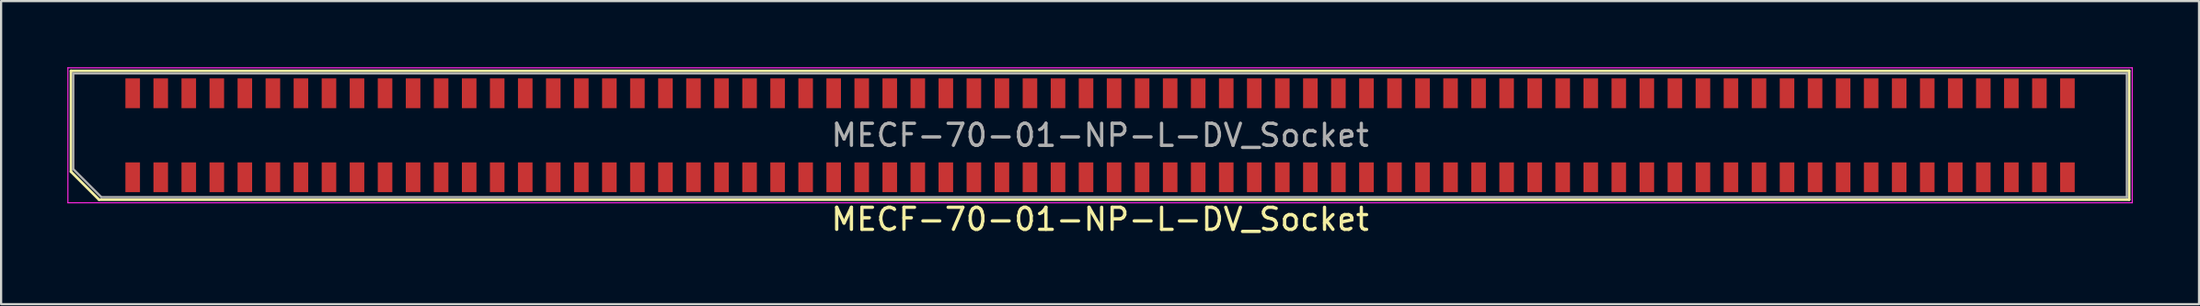
<source format=kicad_pcb>
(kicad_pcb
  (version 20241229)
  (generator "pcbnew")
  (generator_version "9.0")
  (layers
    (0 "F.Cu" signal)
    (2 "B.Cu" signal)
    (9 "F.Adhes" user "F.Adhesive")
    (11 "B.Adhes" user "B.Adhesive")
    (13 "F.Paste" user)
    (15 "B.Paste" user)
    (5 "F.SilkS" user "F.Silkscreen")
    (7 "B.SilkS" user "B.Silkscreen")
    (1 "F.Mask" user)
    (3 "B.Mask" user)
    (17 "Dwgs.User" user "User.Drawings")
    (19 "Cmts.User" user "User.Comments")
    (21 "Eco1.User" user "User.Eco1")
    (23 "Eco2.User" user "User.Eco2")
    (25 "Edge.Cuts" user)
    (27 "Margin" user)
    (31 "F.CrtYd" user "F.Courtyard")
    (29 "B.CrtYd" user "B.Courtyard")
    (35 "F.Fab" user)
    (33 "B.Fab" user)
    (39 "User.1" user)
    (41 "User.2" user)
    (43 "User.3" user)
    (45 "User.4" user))
  (footprint "MECF-70-01-NP-L-DV_Socket"
    (layer "F.Cu")
    (at 46.775 3.085)
    (property "Reference" "MECF-70-01-NP-L-DV_Socket" (at 0 3.81 0) (layer "F.SilkS") (effects (font (size 1 1) (thickness 0.15))))
    (attr smd)
    (fp_line (start -46.61 -2.92) (end 46.61 -2.92) (stroke (width 0.12) (type solid)) (layer "F.SilkS"))
    (fp_line (start -46.61 1.65) (end -46.61 -2.92) (stroke (width 0.12) (type solid)) (layer "F.SilkS"))
    (fp_line (start -45.34 2.92) (end -46.61 1.65) (stroke (width 0.12) (type solid)) (layer "F.SilkS"))
    (fp_line (start -45.34 2.92) (end 46.61 2.92) (stroke (width 0.12) (type solid)) (layer "F.SilkS"))
    (fp_line (start 46.61 2.92) (end 46.61 -2.92) (stroke (width 0.12) (type solid)) (layer "F.SilkS"))
    (fp_line (start -46.75 -3.06) (end -46.75 3.06) (stroke (width 0.05) (type solid)) (layer "F.CrtYd"))
    (fp_line (start -46.75 3.06) (end 46.75 3.06) (stroke (width 0.05) (type solid)) (layer "F.CrtYd"))
    (fp_line (start 46.75 -3.06) (end -46.75 -3.06) (stroke (width 0.05) (type solid)) (layer "F.CrtYd"))
    (fp_line (start 46.75 3.06) (end 46.75 -3.06) (stroke (width 0.05) (type solid)) (layer "F.CrtYd"))
    (fp_line (start -46.505 -2.805) (end 46.505 -2.805) (stroke (width 0.1) (type solid)) (layer "F.Fab"))
    (fp_line (start -46.505 1.535) (end -46.505 -2.805) (stroke (width 0.1) (type solid)) (layer "F.Fab"))
    (fp_line (start -46.505 1.535) (end -45.235 2.805) (stroke (width 0.1) (type solid)) (layer "F.Fab"))
    (fp_line (start -45.235 2.805) (end 46.505 2.805) (stroke (width 0.1) (type solid)) (layer "F.Fab"))
    (fp_line (start 46.505 2.805) (end 46.505 -2.805) (stroke (width 0.1) (type solid)) (layer "F.Fab"))
    (fp_text user "${REFERENCE}" (at 0 0 0) (layer "F.Fab") (effects (font (size 1 1) (thickness 0.15))))
    (pad "" np_thru_hole circle (at -45.595 0) (size 0.001 0.001) (drill 1.45) (layers "*.Cu" "*.Mask"))
    (pad "" np_thru_hole circle (at 45.595 1) (size 0.001 0.001) (drill 1.45) (layers "*.Cu" "*.Mask"))
    (pad "1" smd rect (at -43.815 1.905) (size 0.66 1.35) (layers "F.Cu" "F.Mask" "F.Paste"))
    (pad "2" smd rect (at -43.815 -1.905) (size 0.66 1.35) (layers "F.Cu" "F.Mask" "F.Paste"))
    (pad "3" smd rect (at -42.545 1.905) (size 0.66 1.35) (layers "F.Cu" "F.Mask" "F.Paste"))
    (pad "4" smd rect (at -42.545 -1.905) (size 0.66 1.35) (layers "F.Cu" "F.Mask" "F.Paste"))
    (pad "5" smd rect (at -41.275 1.905) (size 0.66 1.35) (layers "F.Cu" "F.Mask" "F.Paste"))
    (pad "6" smd rect (at -41.275 -1.905) (size 0.66 1.35) (layers "F.Cu" "F.Mask" "F.Paste"))
    (pad "7" smd rect (at -40.005 1.905) (size 0.66 1.35) (layers "F.Cu" "F.Mask" "F.Paste"))
    (pad "8" smd rect (at -40.005 -1.905) (size 0.66 1.35) (layers "F.Cu" "F.Mask" "F.Paste"))
    (pad "9" smd rect (at -38.735 1.905) (size 0.66 1.35) (layers "F.Cu" "F.Mask" "F.Paste"))
    (pad "10" smd rect (at -38.735 -1.905) (size 0.66 1.35) (layers "F.Cu" "F.Mask" "F.Paste"))
    (pad "11" smd rect (at -37.465 1.905) (size 0.66 1.35) (layers "F.Cu" "F.Mask" "F.Paste"))
    (pad "12" smd rect (at -37.465 -1.905) (size 0.66 1.35) (layers "F.Cu" "F.Mask" "F.Paste"))
    (pad "13" smd rect (at -36.195 1.905) (size 0.66 1.35) (layers "F.Cu" "F.Mask" "F.Paste"))
    (pad "14" smd rect (at -36.195 -1.905) (size 0.66 1.35) (layers "F.Cu" "F.Mask" "F.Paste"))
    (pad "15" smd rect (at -34.925 1.905) (size 0.66 1.35) (layers "F.Cu" "F.Mask" "F.Paste"))
    (pad "16" smd rect (at -34.925 -1.905) (size 0.66 1.35) (layers "F.Cu" "F.Mask" "F.Paste"))
    (pad "17" smd rect (at -33.655 1.905) (size 0.66 1.35) (layers "F.Cu" "F.Mask" "F.Paste"))
    (pad "18" smd rect (at -33.655 -1.905) (size 0.66 1.35) (layers "F.Cu" "F.Mask" "F.Paste"))
    (pad "19" smd rect (at -32.385 1.905) (size 0.66 1.35) (layers "F.Cu" "F.Mask" "F.Paste"))
    (pad "20" smd rect (at -32.385 -1.905) (size 0.66 1.35) (layers "F.Cu" "F.Mask" "F.Paste"))
    (pad "21" smd rect (at -31.115 1.905) (size 0.66 1.35) (layers "F.Cu" "F.Mask" "F.Paste"))
    (pad "22" smd rect (at -31.115 -1.905) (size 0.66 1.35) (layers "F.Cu" "F.Mask" "F.Paste"))
    (pad "23" smd rect (at -29.845 1.905) (size 0.66 1.35) (layers "F.Cu" "F.Mask" "F.Paste"))
    (pad "24" smd rect (at -29.845 -1.905) (size 0.66 1.35) (layers "F.Cu" "F.Mask" "F.Paste"))
    (pad "25" smd rect (at -28.575 1.905) (size 0.66 1.35) (layers "F.Cu" "F.Mask" "F.Paste"))
    (pad "26" smd rect (at -28.575 -1.905) (size 0.66 1.35) (layers "F.Cu" "F.Mask" "F.Paste"))
    (pad "27" smd rect (at -27.305 1.905) (size 0.66 1.35) (layers "F.Cu" "F.Mask" "F.Paste"))
    (pad "28" smd rect (at -27.305 -1.905) (size 0.66 1.35) (layers "F.Cu" "F.Mask" "F.Paste"))
    (pad "29" smd rect (at -26.035 1.905) (size 0.66 1.35) (layers "F.Cu" "F.Mask" "F.Paste"))
    (pad "30" smd rect (at -26.035 -1.905) (size 0.66 1.35) (layers "F.Cu" "F.Mask" "F.Paste"))
    (pad "31" smd rect (at -24.765 1.905) (size 0.66 1.35) (layers "F.Cu" "F.Mask" "F.Paste"))
    (pad "32" smd rect (at -24.765 -1.905) (size 0.66 1.35) (layers "F.Cu" "F.Mask" "F.Paste"))
    (pad "33" smd rect (at -23.495 1.905) (size 0.66 1.35) (layers "F.Cu" "F.Mask" "F.Paste"))
    (pad "34" smd rect (at -23.495 -1.905) (size 0.66 1.35) (layers "F.Cu" "F.Mask" "F.Paste"))
    (pad "35" smd rect (at -22.225 1.905) (size 0.66 1.35) (layers "F.Cu" "F.Mask" "F.Paste"))
    (pad "36" smd rect (at -22.225 -1.905) (size 0.66 1.35) (layers "F.Cu" "F.Mask" "F.Paste"))
    (pad "37" smd rect (at -20.955 1.905) (size 0.66 1.35) (layers "F.Cu" "F.Mask" "F.Paste"))
    (pad "38" smd rect (at -20.955 -1.905) (size 0.66 1.35) (layers "F.Cu" "F.Mask" "F.Paste"))
    (pad "39" smd rect (at -19.685 1.905) (size 0.66 1.35) (layers "F.Cu" "F.Mask" "F.Paste"))
    (pad "40" smd rect (at -19.685 -1.905) (size 0.66 1.35) (layers "F.Cu" "F.Mask" "F.Paste"))
    (pad "41" smd rect (at -18.415 1.905) (size 0.66 1.35) (layers "F.Cu" "F.Mask" "F.Paste"))
    (pad "42" smd rect (at -18.415 -1.905) (size 0.66 1.35) (layers "F.Cu" "F.Mask" "F.Paste"))
    (pad "43" smd rect (at -17.145 1.905) (size 0.66 1.35) (layers "F.Cu" "F.Mask" "F.Paste"))
    (pad "44" smd rect (at -17.145 -1.905) (size 0.66 1.35) (layers "F.Cu" "F.Mask" "F.Paste"))
    (pad "45" smd rect (at -15.875 1.905) (size 0.66 1.35) (layers "F.Cu" "F.Mask" "F.Paste"))
    (pad "46" smd rect (at -15.875 -1.905) (size 0.66 1.35) (layers "F.Cu" "F.Mask" "F.Paste"))
    (pad "47" smd rect (at -14.605 1.905) (size 0.66 1.35) (layers "F.Cu" "F.Mask" "F.Paste"))
    (pad "48" smd rect (at -14.605 -1.905) (size 0.66 1.35) (layers "F.Cu" "F.Mask" "F.Paste"))
    (pad "49" smd rect (at -13.335 1.905) (size 0.66 1.35) (layers "F.Cu" "F.Mask" "F.Paste"))
    (pad "50" smd rect (at -13.335 -1.905) (size 0.66 1.35) (layers "F.Cu" "F.Mask" "F.Paste"))
    (pad "51" smd rect (at -12.065 1.905) (size 0.66 1.35) (layers "F.Cu" "F.Mask" "F.Paste"))
    (pad "52" smd rect (at -12.065 -1.905) (size 0.66 1.35) (layers "F.Cu" "F.Mask" "F.Paste"))
    (pad "53" smd rect (at -10.795 1.905) (size 0.66 1.35) (layers "F.Cu" "F.Mask" "F.Paste"))
    (pad "54" smd rect (at -10.795 -1.905) (size 0.66 1.35) (layers "F.Cu" "F.Mask" "F.Paste"))
    (pad "55" smd rect (at -9.525 1.905) (size 0.66 1.35) (layers "F.Cu" "F.Mask" "F.Paste"))
    (pad "56" smd rect (at -9.525 -1.905) (size 0.66 1.35) (layers "F.Cu" "F.Mask" "F.Paste"))
    (pad "57" smd rect (at -8.255 1.905) (size 0.66 1.35) (layers "F.Cu" "F.Mask" "F.Paste"))
    (pad "58" smd rect (at -8.255 -1.905) (size 0.66 1.35) (layers "F.Cu" "F.Mask" "F.Paste"))
    (pad "59" smd rect (at -6.985 1.905) (size 0.66 1.35) (layers "F.Cu" "F.Mask" "F.Paste"))
    (pad "60" smd rect (at -6.985 -1.905) (size 0.66 1.35) (layers "F.Cu" "F.Mask" "F.Paste"))
    (pad "61" smd rect (at -5.715 1.905) (size 0.66 1.35) (layers "F.Cu" "F.Mask" "F.Paste"))
    (pad "62" smd rect (at -5.715 -1.905) (size 0.66 1.35) (layers "F.Cu" "F.Mask" "F.Paste"))
    (pad "63" smd rect (at -4.445 1.905) (size 0.66 1.35) (layers "F.Cu" "F.Mask" "F.Paste"))
    (pad "64" smd rect (at -4.445 -1.905) (size 0.66 1.35) (layers "F.Cu" "F.Mask" "F.Paste"))
    (pad "65" smd rect (at -3.175 1.905) (size 0.66 1.35) (layers "F.Cu" "F.Mask" "F.Paste"))
    (pad "66" smd rect (at -3.175 -1.905) (size 0.66 1.35) (layers "F.Cu" "F.Mask" "F.Paste"))
    (pad "67" smd rect (at -1.905 1.905) (size 0.66 1.35) (layers "F.Cu" "F.Mask" "F.Paste"))
    (pad "68" smd rect (at -1.905 -1.905) (size 0.66 1.35) (layers "F.Cu" "F.Mask" "F.Paste"))
    (pad "69" smd rect (at -0.635 1.905) (size 0.66 1.35) (layers "F.Cu" "F.Mask" "F.Paste"))
    (pad "70" smd rect (at -0.635 -1.905) (size 0.66 1.35) (layers "F.Cu" "F.Mask" "F.Paste"))
    (pad "71" smd rect (at 0.635 1.905) (size 0.66 1.35) (layers "F.Cu" "F.Mask" "F.Paste"))
    (pad "72" smd rect (at 0.635 -1.905) (size 0.66 1.35) (layers "F.Cu" "F.Mask" "F.Paste"))
    (pad "73" smd rect (at 1.905 1.905) (size 0.66 1.35) (layers "F.Cu" "F.Mask" "F.Paste"))
    (pad "74" smd rect (at 1.905 -1.905) (size 0.66 1.35) (layers "F.Cu" "F.Mask" "F.Paste"))
    (pad "75" smd rect (at 3.175 1.905) (size 0.66 1.35) (layers "F.Cu" "F.Mask" "F.Paste"))
    (pad "76" smd rect (at 3.175 -1.905) (size 0.66 1.35) (layers "F.Cu" "F.Mask" "F.Paste"))
    (pad "77" smd rect (at 4.445 1.905) (size 0.66 1.35) (layers "F.Cu" "F.Mask" "F.Paste"))
    (pad "78" smd rect (at 4.445 -1.905) (size 0.66 1.35) (layers "F.Cu" "F.Mask" "F.Paste"))
    (pad "79" smd rect (at 5.715 1.905) (size 0.66 1.35) (layers "F.Cu" "F.Mask" "F.Paste"))
    (pad "80" smd rect (at 5.715 -1.905) (size 0.66 1.35) (layers "F.Cu" "F.Mask" "F.Paste"))
    (pad "81" smd rect (at 6.985 1.905) (size 0.66 1.35) (layers "F.Cu" "F.Mask" "F.Paste"))
    (pad "82" smd rect (at 6.985 -1.905) (size 0.66 1.35) (layers "F.Cu" "F.Mask" "F.Paste"))
    (pad "83" smd rect (at 8.255 1.905) (size 0.66 1.35) (layers "F.Cu" "F.Mask" "F.Paste"))
    (pad "84" smd rect (at 8.255 -1.905) (size 0.66 1.35) (layers "F.Cu" "F.Mask" "F.Paste"))
    (pad "85" smd rect (at 9.525 1.905) (size 0.66 1.35) (layers "F.Cu" "F.Mask" "F.Paste"))
    (pad "86" smd rect (at 9.525 -1.905) (size 0.66 1.35) (layers "F.Cu" "F.Mask" "F.Paste"))
    (pad "87" smd rect (at 10.795 1.905) (size 0.66 1.35) (layers "F.Cu" "F.Mask" "F.Paste"))
    (pad "88" smd rect (at 10.795 -1.905) (size 0.66 1.35) (layers "F.Cu" "F.Mask" "F.Paste"))
    (pad "89" smd rect (at 12.065 1.905) (size 0.66 1.35) (layers "F.Cu" "F.Mask" "F.Paste"))
    (pad "90" smd rect (at 12.065 -1.905) (size 0.66 1.35) (layers "F.Cu" "F.Mask" "F.Paste"))
    (pad "91" smd rect (at 13.335 1.905) (size 0.66 1.35) (layers "F.Cu" "F.Mask" "F.Paste"))
    (pad "92" smd rect (at 13.335 -1.905) (size 0.66 1.35) (layers "F.Cu" "F.Mask" "F.Paste"))
    (pad "93" smd rect (at 14.605 1.905) (size 0.66 1.35) (layers "F.Cu" "F.Mask" "F.Paste"))
    (pad "94" smd rect (at 14.605 -1.905) (size 0.66 1.35) (layers "F.Cu" "F.Mask" "F.Paste"))
    (pad "95" smd rect (at 15.875 1.905) (size 0.66 1.35) (layers "F.Cu" "F.Mask" "F.Paste"))
    (pad "96" smd rect (at 15.875 -1.905) (size 0.66 1.35) (layers "F.Cu" "F.Mask" "F.Paste"))
    (pad "97" smd rect (at 17.145 1.905) (size 0.66 1.35) (layers "F.Cu" "F.Mask" "F.Paste"))
    (pad "98" smd rect (at 17.145 -1.905) (size 0.66 1.35) (layers "F.Cu" "F.Mask" "F.Paste"))
    (pad "99" smd rect (at 18.415 1.905) (size 0.66 1.35) (layers "F.Cu" "F.Mask" "F.Paste"))
    (pad "100" smd rect (at 18.415 -1.905) (size 0.66 1.35) (layers "F.Cu" "F.Mask" "F.Paste"))
    (pad "101" smd rect (at 19.685 1.905) (size 0.66 1.35) (layers "F.Cu" "F.Mask" "F.Paste"))
    (pad "102" smd rect (at 19.685 -1.905) (size 0.66 1.35) (layers "F.Cu" "F.Mask" "F.Paste"))
    (pad "103" smd rect (at 20.955 1.905) (size 0.66 1.35) (layers "F.Cu" "F.Mask" "F.Paste"))
    (pad "104" smd rect (at 20.955 -1.905) (size 0.66 1.35) (layers "F.Cu" "F.Mask" "F.Paste"))
    (pad "105" smd rect (at 22.225 1.905) (size 0.66 1.35) (layers "F.Cu" "F.Mask" "F.Paste"))
    (pad "106" smd rect (at 22.225 -1.905) (size 0.66 1.35) (layers "F.Cu" "F.Mask" "F.Paste"))
    (pad "107" smd rect (at 23.495 1.905) (size 0.66 1.35) (layers "F.Cu" "F.Mask" "F.Paste"))
    (pad "108" smd rect (at 23.495 -1.905) (size 0.66 1.35) (layers "F.Cu" "F.Mask" "F.Paste"))
    (pad "109" smd rect (at 24.765 1.905) (size 0.66 1.35) (layers "F.Cu" "F.Mask" "F.Paste"))
    (pad "110" smd rect (at 24.765 -1.905) (size 0.66 1.35) (layers "F.Cu" "F.Mask" "F.Paste"))
    (pad "111" smd rect (at 26.035 1.905) (size 0.66 1.35) (layers "F.Cu" "F.Mask" "F.Paste"))
    (pad "112" smd rect (at 26.035 -1.905) (size 0.66 1.35) (layers "F.Cu" "F.Mask" "F.Paste"))
    (pad "113" smd rect (at 27.305 1.905) (size 0.66 1.35) (layers "F.Cu" "F.Mask" "F.Paste"))
    (pad "114" smd rect (at 27.305 -1.905) (size 0.66 1.35) (layers "F.Cu" "F.Mask" "F.Paste"))
    (pad "115" smd rect (at 28.575 1.905) (size 0.66 1.35) (layers "F.Cu" "F.Mask" "F.Paste"))
    (pad "116" smd rect (at 28.575 -1.905) (size 0.66 1.35) (layers "F.Cu" "F.Mask" "F.Paste"))
    (pad "117" smd rect (at 29.845 1.905) (size 0.66 1.35) (layers "F.Cu" "F.Mask" "F.Paste"))
    (pad "118" smd rect (at 29.845 -1.905) (size 0.66 1.35) (layers "F.Cu" "F.Mask" "F.Paste"))
    (pad "119" smd rect (at 31.115 1.905) (size 0.66 1.35) (layers "F.Cu" "F.Mask" "F.Paste"))
    (pad "120" smd rect (at 31.115 -1.905) (size 0.66 1.35) (layers "F.Cu" "F.Mask" "F.Paste"))
    (pad "121" smd rect (at 32.385 1.905) (size 0.66 1.35) (layers "F.Cu" "F.Mask" "F.Paste"))
    (pad "122" smd rect (at 32.385 -1.905) (size 0.66 1.35) (layers "F.Cu" "F.Mask" "F.Paste"))
    (pad "123" smd rect (at 33.655 1.905) (size 0.66 1.35) (layers "F.Cu" "F.Mask" "F.Paste"))
    (pad "124" smd rect (at 33.655 -1.905) (size 0.66 1.35) (layers "F.Cu" "F.Mask" "F.Paste"))
    (pad "125" smd rect (at 34.925 1.905) (size 0.66 1.35) (layers "F.Cu" "F.Mask" "F.Paste"))
    (pad "126" smd rect (at 34.925 -1.905) (size 0.66 1.35) (layers "F.Cu" "F.Mask" "F.Paste"))
    (pad "127" smd rect (at 36.195 1.905) (size 0.66 1.35) (layers "F.Cu" "F.Mask" "F.Paste"))
    (pad "128" smd rect (at 36.195 -1.905) (size 0.66 1.35) (layers "F.Cu" "F.Mask" "F.Paste"))
    (pad "129" smd rect (at 37.465 1.905) (size 0.66 1.35) (layers "F.Cu" "F.Mask" "F.Paste"))
    (pad "130" smd rect (at 37.465 -1.905) (size 0.66 1.35) (layers "F.Cu" "F.Mask" "F.Paste"))
    (pad "131" smd rect (at 38.735 1.905) (size 0.66 1.35) (layers "F.Cu" "F.Mask" "F.Paste"))
    (pad "132" smd rect (at 38.735 -1.905) (size 0.66 1.35) (layers "F.Cu" "F.Mask" "F.Paste"))
    (pad "133" smd rect (at 40.005 1.905) (size 0.66 1.35) (layers "F.Cu" "F.Mask" "F.Paste"))
    (pad "134" smd rect (at 40.005 -1.905) (size 0.66 1.35) (layers "F.Cu" "F.Mask" "F.Paste"))
    (pad "135" smd rect (at 41.275 1.905) (size 0.66 1.35) (layers "F.Cu" "F.Mask" "F.Paste"))
    (pad "136" smd rect (at 41.275 -1.905) (size 0.66 1.35) (layers "F.Cu" "F.Mask" "F.Paste"))
    (pad "137" smd rect (at 42.545 1.905) (size 0.66 1.35) (layers "F.Cu" "F.Mask" "F.Paste"))
    (pad "138" smd rect (at 42.545 -1.905) (size 0.66 1.35) (layers "F.Cu" "F.Mask" "F.Paste"))
    (pad "139" smd rect (at 43.815 1.905) (size 0.66 1.35) (layers "F.Cu" "F.Mask" "F.Paste"))
    (pad "140" smd rect (at 43.815 -1.905) (size 0.66 1.35) (layers "F.Cu" "F.Mask" "F.Paste")))
  (gr_rect
    (start -3 -3)
    (end 96.55 10.743)
    (stroke (width 0.1) (type default))
    (fill no)
    (layer "Edge.Cuts")))
</source>
